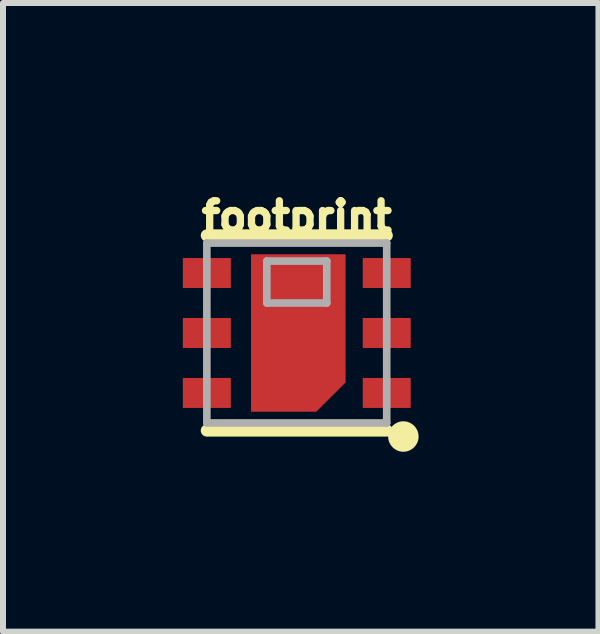
<source format=kicad_pcb>
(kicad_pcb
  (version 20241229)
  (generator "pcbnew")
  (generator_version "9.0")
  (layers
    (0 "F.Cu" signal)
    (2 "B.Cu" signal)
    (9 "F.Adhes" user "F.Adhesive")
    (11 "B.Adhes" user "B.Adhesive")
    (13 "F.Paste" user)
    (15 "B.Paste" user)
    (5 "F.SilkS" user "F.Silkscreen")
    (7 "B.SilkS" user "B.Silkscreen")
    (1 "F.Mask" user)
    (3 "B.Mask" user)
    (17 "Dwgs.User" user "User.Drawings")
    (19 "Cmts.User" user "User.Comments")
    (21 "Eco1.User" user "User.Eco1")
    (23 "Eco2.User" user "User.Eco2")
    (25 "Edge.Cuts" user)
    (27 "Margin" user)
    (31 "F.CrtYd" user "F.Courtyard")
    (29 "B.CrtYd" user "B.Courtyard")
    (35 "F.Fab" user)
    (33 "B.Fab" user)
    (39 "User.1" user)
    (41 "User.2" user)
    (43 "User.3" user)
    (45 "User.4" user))
  (footprint "footprint"
    (layer "F.Cu")
    (at 1.9 2.504)
    (property "Reference" "footprint" (at 0 -1.651 0) (layer "F.SilkS") (effects (font (size 0.488 0.488) (thickness 0.122)) (justify bottom)))
    (fp_poly (pts (xy 0.814 0.826) (xy 0.326 1.313) (xy -0.763 1.313) (xy -0.763 -1.313) (xy 0.814 -1.313)) (stroke (width 0) (type solid)) (fill yes) (layer "F.Cu"))
    (fp_poly (pts (xy 0.888 0.876) (xy 0.401 1.363) (xy -0.839 1.363) (xy -0.839 -1.389) (xy 0.888 -1.389)) (stroke (width 0) (type solid)) (fill yes) (layer "F.Mask"))
    (fp_line (start -1.5 -1.627) (end 1.5 -1.627) (stroke (width 0.203) (type solid)) (layer "F.SilkS"))
    (fp_line (start 1.5 1.627) (end -1.5 1.627) (stroke (width 0.203) (type solid)) (layer "F.SilkS"))
    (fp_circle (center 1.778 1.727) (end 1.905 1.727) (stroke (width 0.254) (type solid)) (fill yes) (layer "F.SilkS"))
    (fp_poly (pts (xy 0.614 0.676) (xy 0.126 1.163) (xy -0.614 1.163) (xy -0.614 -1.113) (xy 0.614 -1.113)) (stroke (width 0) (type solid)) (fill yes) (layer "F.Paste"))
    (fp_line (start -1.5 -1.5) (end -1.5 1.5) (stroke (width 0.127) (type solid)) (layer "F.Fab"))
    (fp_line (start -0.5 -1.2) (end 0.5 -1.2) (stroke (width 0.127) (type solid)) (layer "F.Fab"))
    (fp_line (start -0.5 -0.5) (end -0.5 -1.2) (stroke (width 0.127) (type solid)) (layer "F.Fab"))
    (fp_line (start 0.5 -1.2) (end 0.5 -0.5) (stroke (width 0.127) (type solid)) (layer "F.Fab"))
    (fp_line (start 0.5 -0.5) (end -0.5 -0.5) (stroke (width 0.127) (type solid)) (layer "F.Fab"))
    (fp_line (start 1.5 -1.5) (end -1.5 -1.5) (stroke (width 0.127) (type solid)) (layer "F.Fab"))
    (fp_line (start 1.5 -1.5) (end 1.5 1.5) (stroke (width 0.127) (type solid)) (layer "F.Fab"))
    (fp_line (start 1.5 1.5) (end -1.5 1.5) (stroke (width 0.127) (type solid)) (layer "F.Fab"))
    (pad "7" smd rect (at 0 0) (size 0.2 0.2) (layers "F.Cu" "F.Mask" "F.Paste"))
    (pad "DATA" smd rect (at 1.5 1 270) (size 0.5 0.8) (layers "F.Cu" "F.Mask" "F.Paste"))
    (pad "GND" smd rect (at 1.5 0 270) (size 0.5 0.8) (layers "F.Cu" "F.Mask" "F.Paste"))
    (pad "NC@1" smd rect (at -1.5 -1 270) (size 0.5 0.8) (layers "F.Cu" "F.Mask" "F.Paste"))
    (pad "NC@6" smd rect (at 1.5 -1 270) (size 0.5 0.8) (layers "F.Cu" "F.Mask" "F.Paste"))
    (pad "SCK" smd rect (at -1.5 1 270) (size 0.5 0.8) (layers "F.Cu" "F.Mask" "F.Paste"))
    (pad "VDD" smd rect (at -1.5 0 270) (size 0.5 0.8) (layers "F.Cu" "F.Mask" "F.Paste")))
  (gr_rect
    (start -3 -3)
    (end 6.932 7.486)
    (stroke (width 0.1) (type default))
    (fill no)
    (layer "Edge.Cuts")))
</source>
